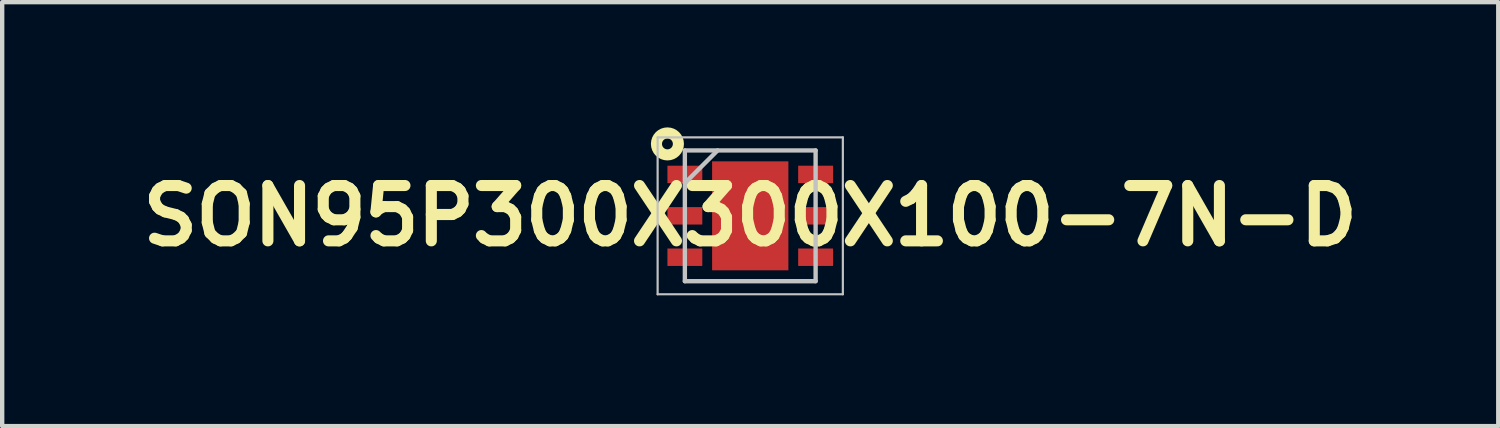
<source format=kicad_pcb>
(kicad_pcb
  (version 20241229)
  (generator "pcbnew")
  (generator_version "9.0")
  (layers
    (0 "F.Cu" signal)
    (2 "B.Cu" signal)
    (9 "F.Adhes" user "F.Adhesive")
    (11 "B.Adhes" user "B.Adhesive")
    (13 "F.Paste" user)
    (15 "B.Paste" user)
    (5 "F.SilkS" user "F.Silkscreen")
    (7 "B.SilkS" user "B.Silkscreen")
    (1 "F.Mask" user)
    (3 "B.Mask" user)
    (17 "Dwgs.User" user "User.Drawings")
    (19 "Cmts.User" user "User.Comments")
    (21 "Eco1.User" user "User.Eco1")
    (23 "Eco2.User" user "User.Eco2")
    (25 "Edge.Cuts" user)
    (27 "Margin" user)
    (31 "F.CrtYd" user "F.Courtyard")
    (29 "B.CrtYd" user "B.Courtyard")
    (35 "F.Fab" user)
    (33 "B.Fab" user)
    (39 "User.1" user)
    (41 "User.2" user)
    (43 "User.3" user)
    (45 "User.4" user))
  (footprint "SON95P300X300X100-7N-D"
    (layer "F.Cu")
    (at 14.164 1.902)
    (property "Reference" "SON95P300X300X100-7N-D" (at 0 0 0) (layer "F.SilkS") (effects (font (size 1.27 1.27) (thickness 0.254))))
    (attr smd)
    (fp_circle (center -1.9 -1.65) (end -1.775 -1.65) (stroke (width 0.254) (type solid)) (fill no) (layer "F.SilkS"))
    (fp_line (start -2.125 -1.8) (end 2.125 -1.8) (stroke (width 0.05) (type solid)) (layer "Dwgs.User"))
    (fp_line (start -2.125 1.8) (end -2.125 -1.8) (stroke (width 0.05) (type solid)) (layer "Dwgs.User"))
    (fp_line (start -1.5 -1.5) (end 1.5 -1.5) (stroke (width 0.1) (type solid)) (layer "Dwgs.User"))
    (fp_line (start -1.5 -0.75) (end -0.75 -1.5) (stroke (width 0.1) (type solid)) (layer "Dwgs.User"))
    (fp_line (start -1.5 1.5) (end -1.5 -1.5) (stroke (width 0.1) (type solid)) (layer "Dwgs.User"))
    (fp_line (start 1.5 -1.5) (end 1.5 1.5) (stroke (width 0.1) (type solid)) (layer "Dwgs.User"))
    (fp_line (start 1.5 1.5) (end -1.5 1.5) (stroke (width 0.1) (type solid)) (layer "Dwgs.User"))
    (fp_line (start 2.125 -1.8) (end 2.125 1.8) (stroke (width 0.05) (type solid)) (layer "Dwgs.User"))
    (fp_line (start 2.125 1.8) (end -2.125 1.8) (stroke (width 0.05) (type solid)) (layer "Dwgs.User"))
    (pad "1" smd rect (at -1.5 -0.95 90) (size 0.4 0.8) (layers "F.Cu" "F.Mask" "F.Paste"))
    (pad "2" smd rect (at -1.5 0 90) (size 0.4 0.8) (layers "F.Cu" "F.Mask" "F.Paste"))
    (pad "3" smd rect (at -1.5 0.95 90) (size 0.4 0.8) (layers "F.Cu" "F.Mask" "F.Paste"))
    (pad "4" smd rect (at 1.5 0.95 90) (size 0.4 0.8) (layers "F.Cu" "F.Mask" "F.Paste"))
    (pad "5" smd rect (at 1.5 0 90) (size 0.4 0.8) (layers "F.Cu" "F.Mask" "F.Paste"))
    (pad "6" smd rect (at 1.5 -0.95 90) (size 0.4 0.8) (layers "F.Cu" "F.Mask" "F.Paste"))
    (pad "7" smd rect (at 0 0) (size 1.75 2.5) (layers "F.Cu" "F.Mask" "F.Paste")))
  (gr_rect
    (start -3 -3)
    (end 31.327 6.727)
    (stroke (width 0.1) (type default))
    (fill no)
    (layer "Edge.Cuts")))
</source>
